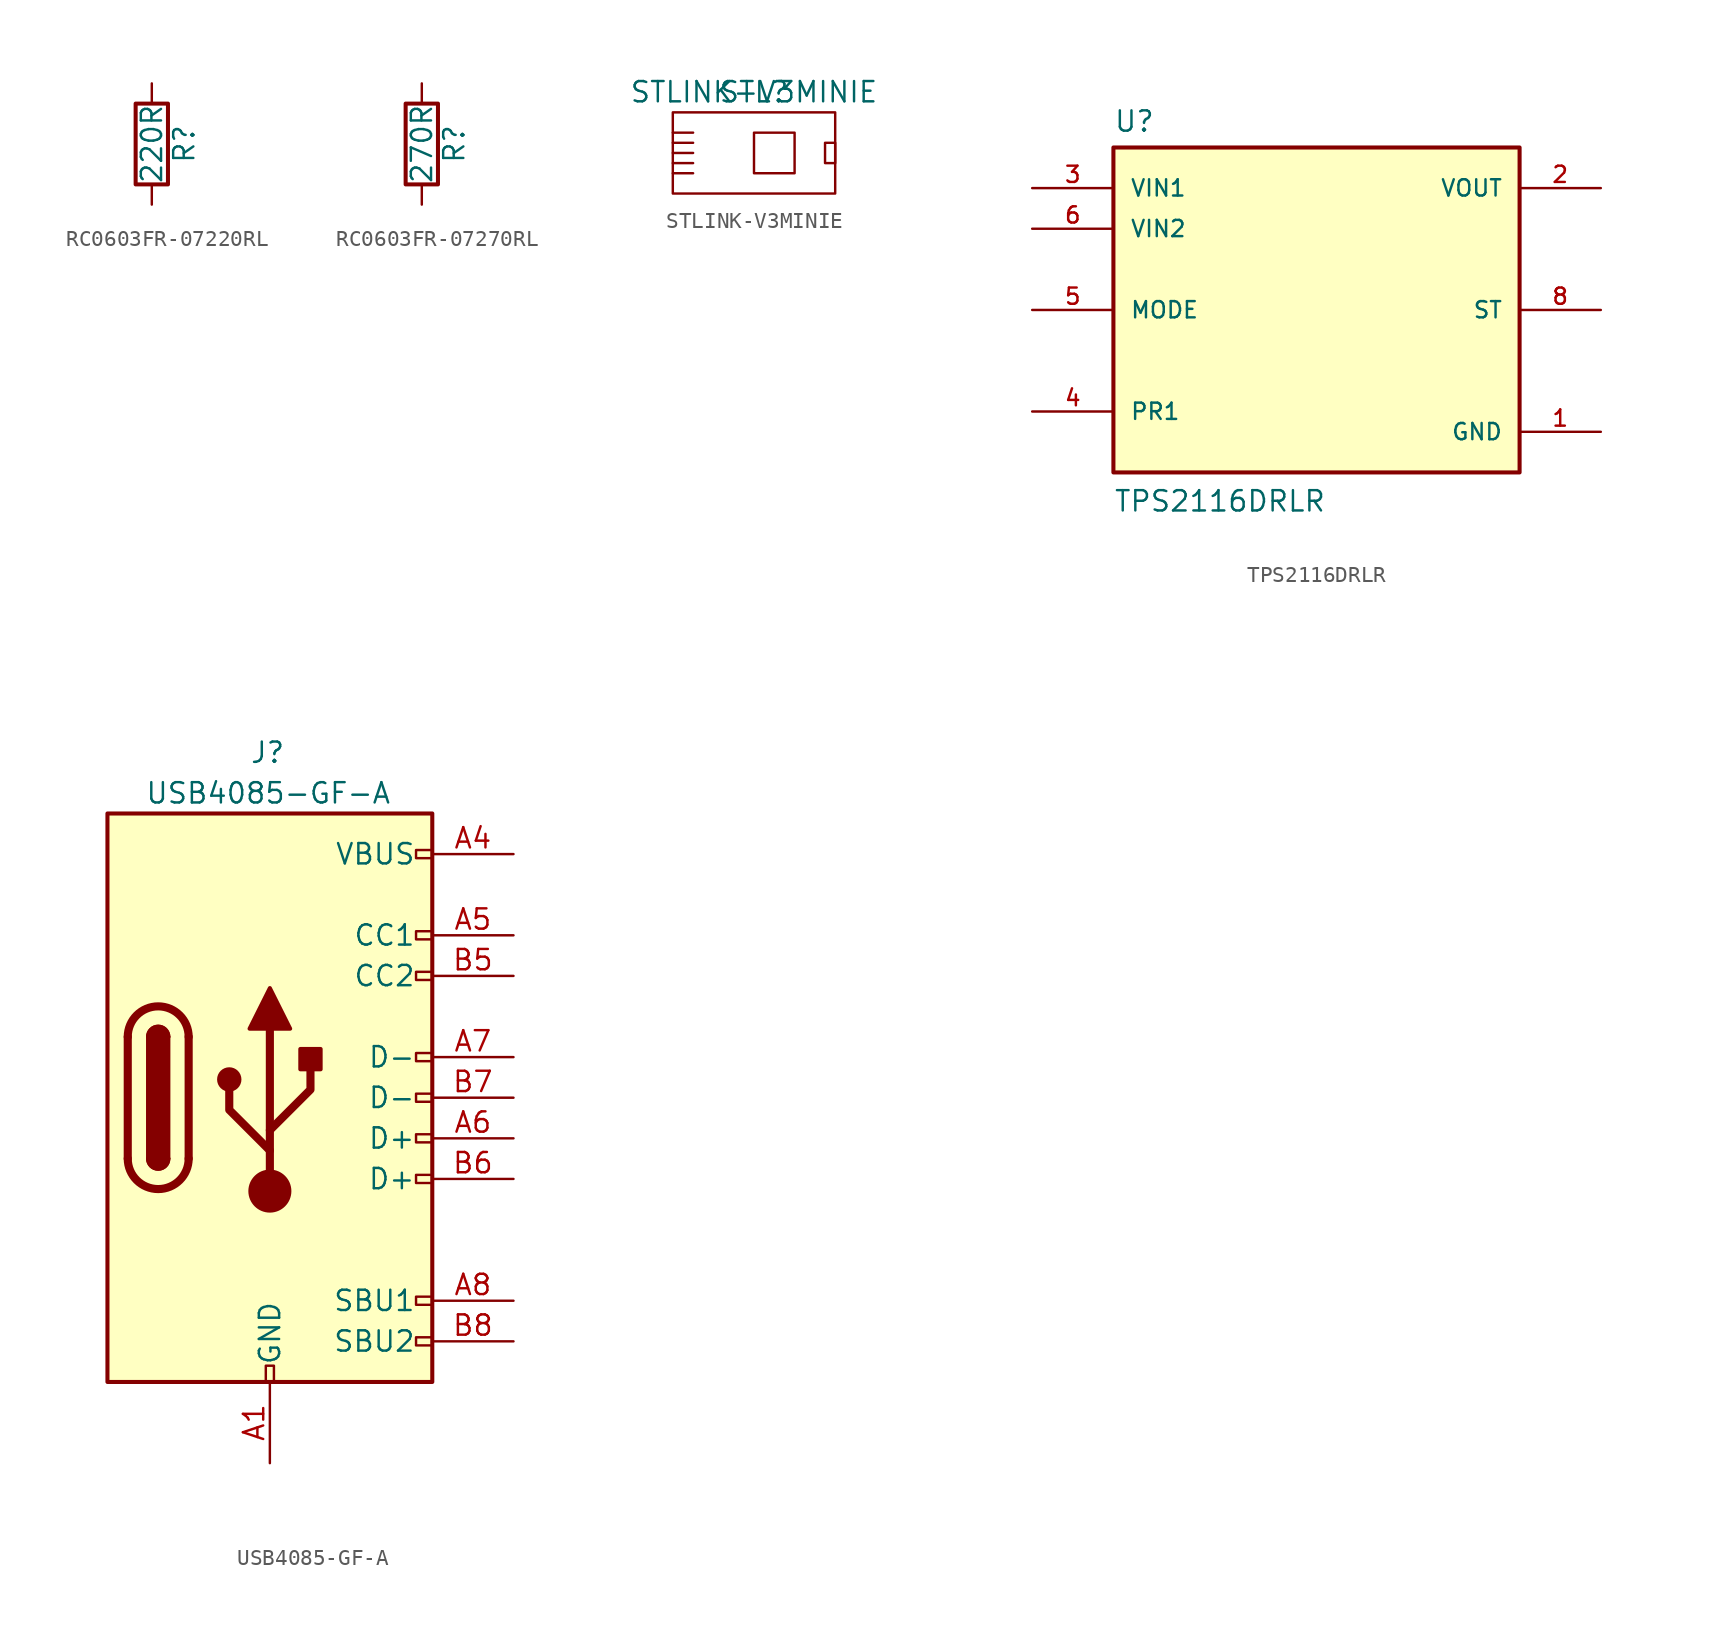
<source format=kicad_sym>
(kicad_symbol_lib
  (version 20220914)
  (generator kicad_symbol_editor)
  (symbol "RC0603FR-07220RL"
    (pin_numbers hide)
    (pin_names
      (offset 0))
    (property "Reference" "R"
      (at 2.032 0 90)
      (effects (font (size 1.27 1.27))))
    (property "Value" "220R"
      (at 0 0 90)
      (effects (font (size 1.27 1.27))))
    (symbol "RC0603FR-07220RL_0_1"
      (rectangle (start -1.016 -2.54) (end 1.016 2.54) (stroke (width 0.254) (type default)) (fill (type none))))
    (symbol "RC0603FR-07220RL_1_1"
      (pin passive line (at 0 3.81 270) (length 1.27) (name "~" (effects (font (size 1.27 1.27)))) (number "1" (effects (font (size 1.27 1.27)))))
      (pin passive line (at 0 -3.81 90) (length 1.27) (name "~" (effects (font (size 1.27 1.27)))) (number "2" (effects (font (size 1.27 1.27)))))))
  (symbol "RC0603FR-07270RL"
    (pin_numbers hide)
    (pin_names
      (offset 0))
    (property "Reference" "R"
      (at 2.032 0 90)
      (effects (font (size 1.27 1.27))))
    (property "Value" "270R"
      (at 0 0 90)
      (effects (font (size 1.27 1.27))))
    (symbol "RC0603FR-07270RL_0_1"
      (rectangle (start -1.016 -2.54) (end 1.016 2.54) (stroke (width 0.254) (type default)) (fill (type none))))
    (symbol "RC0603FR-07270RL_1_1"
      (pin passive line (at 0 3.81 270) (length 1.27) (name "~" (effects (font (size 1.27 1.27)))) (number "1" (effects (font (size 1.27 1.27)))))
      (pin passive line (at 0 -3.81 90) (length 1.27) (name "~" (effects (font (size 1.27 1.27)))) (number "2" (effects (font (size 1.27 1.27)))))))
  (symbol "STLINK-V3MINIE"
    (property "Reference" "STL"
      (at 0 0 0)
      (effects (font (size 1.27 1.27))))
    (property "Value" "STLINK-V3MINIE"
      (at 0 0 0)
      (effects (font (size 1.27 1.27))))
    (symbol "STLINK-V3MINIE_0_1"
      (rectangle (start -5.08 -1.27) (end 5.08 -6.35) (stroke (width 0) (type default)) (fill (type none)))
      (rectangle (start 0 -2.54) (end 2.54 -5.08) (stroke (width 0) (type default)) (fill (type none)))
      (polyline (pts (xy -5.08 -5.08) (xy -3.81 -5.08)) (stroke (width 0) (type default)) (fill (type none)))
      (polyline (pts (xy -5.08 -4.445) (xy -3.81 -4.445)) (stroke (width 0) (type default)) (fill (type none)))
      (polyline (pts (xy -5.08 -3.81) (xy -3.81 -3.81)) (stroke (width 0) (type default)) (fill (type none)))
      (polyline (pts (xy -5.08 -3.175) (xy -3.81 -3.175)) (stroke (width 0) (type default)) (fill (type none)))
      (polyline (pts (xy -5.08 -2.54) (xy -3.81 -2.54)) (stroke (width 0) (type default)) (fill (type none)))
      (rectangle (start 4.445 -3.175) (end 5.08 -4.445) (stroke (width 0) (type default)) (fill (type none)))))
  (symbol "TPS2116DRLR"
    (pin_names
      (offset 1.016))
    (property "Reference" "U"
      (at -12.7 11.049 0)
      (effects (font (size 1.27 1.27)) (justify left bottom)))
    (property "Value" "TPS2116DRLR"
      (at -12.7 -12.7 0)
      (effects (font (size 1.27 1.27)) (justify left bottom)))
    (symbol "TPS2116DRLR_0_0"
      (rectangle (start -12.7 10.16) (end 12.7 -10.16) (stroke (width 0.254) (type default)) (fill (type background)))
      (pin power_in line (at 17.78 -7.62 180) (length 5.08) (name "GND" (effects (font (size 1.016 1.016)))) (number "1" (effects (font (size 1.016 1.016)))))
      (pin input line (at -17.78 -6.35 0) (length 5.08) (name "PR1" (effects (font (size 1.016 1.016)))) (number "4" (effects (font (size 1.016 1.016)))))
      (pin input line (at -17.78 0 0) (length 5.08) (name "MODE" (effects (font (size 1.016 1.016)))) (number "5" (effects (font (size 1.016 1.016)))))
      (pin output line (at 17.78 0 180) (length 5.08) (name "ST" (effects (font (size 1.016 1.016)))) (number "8" (effects (font (size 1.016 1.016))))))
    (symbol "TPS2116DRLR_1_0"
      (pin power_out line (at 17.78 7.62 180) (length 5.08) (name "VOUT" (effects (font (size 1.016 1.016)))) (number "2" (effects (font (size 1.016 1.016)))))
      (pin power_in line (at -17.78 7.62 0) (length 5.08) (name "VIN1" (effects (font (size 1.016 1.016)))) (number "3" (effects (font (size 1.016 1.016)))))
      (pin power_in line (at -17.78 5.08 0) (length 5.08) (name "VIN2" (effects (font (size 1.016 1.016)))) (number "6" (effects (font (size 1.016 1.016)))))
      (pin passive line (at 17.78 7.62 180) (length 5.08) hide (name "VOUT" (effects (font (size 1.016 1.016)))) (number "7" (effects (font (size 1.016 1.016)))))))
  (symbol "USB4085-GF-A"
    (pin_names
      (offset 1.016))
    (property "Reference" "J"
      (at -1.27 21.59 0)
      (effects (font (size 1.27 1.27)) (justify left)))
    (property "Value" "USB4085-GF-A"
      (at 7.62 19.05 0)
      (effects (font (size 1.27 1.27)) (justify right)))
    (symbol "USB4085-GF-A_0_0"
      (rectangle (start -0.254 -17.78) (end 0.254 -16.764) (stroke (width 0) (type default)) (fill (type none)))
      (rectangle (start 10.16 -14.986) (end 9.144 -15.494) (stroke (width 0) (type default)) (fill (type none)))
      (rectangle (start 10.16 -12.446) (end 9.144 -12.954) (stroke (width 0) (type default)) (fill (type none)))
      (rectangle (start 10.16 -4.826) (end 9.144 -5.334) (stroke (width 0) (type default)) (fill (type none)))
      (rectangle (start 10.16 -2.286) (end 9.144 -2.794) (stroke (width 0) (type default)) (fill (type none)))
      (rectangle (start 10.16 0.254) (end 9.144 -0.254) (stroke (width 0) (type default)) (fill (type none)))
      (rectangle (start 10.16 2.794) (end 9.144 2.286) (stroke (width 0) (type default)) (fill (type none)))
      (rectangle (start 10.16 7.874) (end 9.144 7.366) (stroke (width 0) (type default)) (fill (type none)))
      (rectangle (start 10.16 10.414) (end 9.144 9.906) (stroke (width 0) (type default)) (fill (type none)))
      (rectangle (start 10.16 15.494) (end 9.144 14.986) (stroke (width 0) (type default)) (fill (type none))))
    (symbol "USB4085-GF-A_0_1"
      (rectangle (start -10.16 17.78) (end 10.16 -17.78) (stroke (width 0.254) (type default)) (fill (type background)))
      (arc (start -8.89 -3.81) (mid -6.985 -5.7067) (end -5.08 -3.81) (stroke (width 0.508) (type default)) (fill (type none)))
      (arc (start -7.62 -3.81) (mid -6.985 -4.4423) (end -6.35 -3.81) (stroke (width 0.254) (type default)) (fill (type none)))
      (arc (start -7.62 -3.81) (mid -6.985 -4.4423) (end -6.35 -3.81) (stroke (width 0.254) (type default)) (fill (type outline)))
      (rectangle (start -7.62 -3.81) (end -6.35 3.81) (stroke (width 0.254) (type default)) (fill (type outline)))
      (arc (start -6.35 3.81) (mid -6.985 4.4423) (end -7.62 3.81) (stroke (width 0.254) (type default)) (fill (type none)))
      (arc (start -6.35 3.81) (mid -6.985 4.4423) (end -7.62 3.81) (stroke (width 0.254) (type default)) (fill (type outline)))
      (arc (start -5.08 3.81) (mid -6.985 5.7067) (end -8.89 3.81) (stroke (width 0.508) (type default)) (fill (type none)))
      (circle (center -2.54 1.143) (radius 0.635) (stroke (width 0.254) (type default)) (fill (type outline)))
      (circle (center 0 -5.842) (radius 1.27) (stroke (width 0) (type default)) (fill (type outline)))
      (polyline (pts (xy -8.89 -3.81) (xy -8.89 3.81)) (stroke (width 0.508) (type default)) (fill (type none)))
      (polyline (pts (xy -5.08 3.81) (xy -5.08 -3.81)) (stroke (width 0.508) (type default)) (fill (type none)))
      (polyline (pts (xy 0 -5.842) (xy 0 4.318)) (stroke (width 0.508) (type default)) (fill (type none)))
      (polyline (pts (xy 0 -3.302) (xy -2.54 -0.762) (xy -2.54 0.508)) (stroke (width 0.508) (type default)) (fill (type none)))
      (polyline (pts (xy 0 -2.032) (xy 2.54 0.508) (xy 2.54 1.778)) (stroke (width 0.508) (type default)) (fill (type none)))
      (polyline (pts (xy -1.27 4.318) (xy 0 6.858) (xy 1.27 4.318) (xy -1.27 4.318)) (stroke (width 0.254) (type default)) (fill (type outline)))
      (rectangle (start 1.905 1.778) (end 3.175 3.048) (stroke (width 0.254) (type default)) (fill (type outline))))
    (symbol "USB4085-GF-A_1_1"
      (pin passive line (at 0 -22.86 90) (length 5.08) (name "GND" (effects (font (size 1.27 1.27)))) (number "A1" (effects (font (size 1.27 1.27)))))
      (pin passive line (at 0 -22.86 90) (length 5.08) hide (name "GND" (effects (font (size 1.27 1.27)))) (number "A12" (effects (font (size 1.27 1.27)))))
      (pin passive line (at 15.24 15.24 180) (length 5.08) (name "VBUS" (effects (font (size 1.27 1.27)))) (number "A4" (effects (font (size 1.27 1.27)))))
      (pin bidirectional line (at 15.24 10.16 180) (length 5.08) (name "CC1" (effects (font (size 1.27 1.27)))) (number "A5" (effects (font (size 1.27 1.27)))))
      (pin bidirectional line (at 15.24 -2.54 180) (length 5.08) (name "D+" (effects (font (size 1.27 1.27)))) (number "A6" (effects (font (size 1.27 1.27)))))
      (pin bidirectional line (at 15.24 2.54 180) (length 5.08) (name "D-" (effects (font (size 1.27 1.27)))) (number "A7" (effects (font (size 1.27 1.27)))))
      (pin bidirectional line (at 15.24 -12.7 180) (length 5.08) (name "SBU1" (effects (font (size 1.27 1.27)))) (number "A8" (effects (font (size 1.27 1.27)))))
      (pin passive line (at 15.24 15.24 180) (length 5.08) hide (name "VBUS" (effects (font (size 1.27 1.27)))) (number "A9" (effects (font (size 1.27 1.27)))))
      (pin passive line (at 0 -22.86 90) (length 5.08) hide (name "GND" (effects (font (size 1.27 1.27)))) (number "B1" (effects (font (size 1.27 1.27)))))
      (pin passive line (at 0 -22.86 90) (length 5.08) hide (name "GND" (effects (font (size 1.27 1.27)))) (number "B12" (effects (font (size 1.27 1.27)))))
      (pin passive line (at 15.24 15.24 180) (length 5.08) hide (name "VBUS" (effects (font (size 1.27 1.27)))) (number "B4" (effects (font (size 1.27 1.27)))))
      (pin bidirectional line (at 15.24 7.62 180) (length 5.08) (name "CC2" (effects (font (size 1.27 1.27)))) (number "B5" (effects (font (size 1.27 1.27)))))
      (pin bidirectional line (at 15.24 -5.08 180) (length 5.08) (name "D+" (effects (font (size 1.27 1.27)))) (number "B6" (effects (font (size 1.27 1.27)))))
      (pin bidirectional line (at 15.24 0 180) (length 5.08) (name "D-" (effects (font (size 1.27 1.27)))) (number "B7" (effects (font (size 1.27 1.27)))))
      (pin bidirectional line (at 15.24 -15.24 180) (length 5.08) (name "SBU2" (effects (font (size 1.27 1.27)))) (number "B8" (effects (font (size 1.27 1.27)))))
      (pin passive line (at 15.24 15.24 180) (length 5.08) hide (name "VBUS" (effects (font (size 1.27 1.27)))) (number "B9" (effects (font (size 1.27 1.27))))))))
</source>
